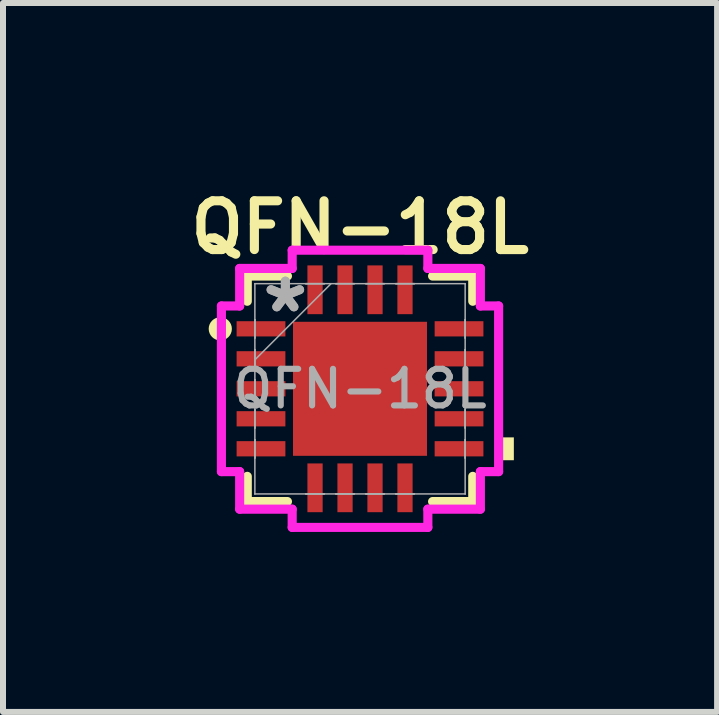
<source format=kicad_pcb>
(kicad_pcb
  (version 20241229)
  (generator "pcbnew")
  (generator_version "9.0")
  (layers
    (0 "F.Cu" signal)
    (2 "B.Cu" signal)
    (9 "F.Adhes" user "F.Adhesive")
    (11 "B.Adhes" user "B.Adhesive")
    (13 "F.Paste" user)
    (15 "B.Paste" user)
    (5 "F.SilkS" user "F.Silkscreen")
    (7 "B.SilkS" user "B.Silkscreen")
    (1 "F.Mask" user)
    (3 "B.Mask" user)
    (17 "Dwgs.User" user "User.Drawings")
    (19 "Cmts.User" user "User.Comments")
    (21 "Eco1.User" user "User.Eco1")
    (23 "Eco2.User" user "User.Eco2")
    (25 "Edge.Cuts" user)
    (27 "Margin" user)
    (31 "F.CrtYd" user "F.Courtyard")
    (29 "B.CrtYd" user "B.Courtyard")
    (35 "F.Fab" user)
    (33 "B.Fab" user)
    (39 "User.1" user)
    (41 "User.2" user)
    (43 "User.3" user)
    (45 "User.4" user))
  (footprint "QFN-18L"
    (layer "F.Cu")
    (at 2.953 3.433)
    (property "Reference" "QFN-18L" (at 0 -2.69 0) (unlocked yes) (layer "F.SilkS") (effects (font (size 0.813 0.813) (thickness 0.152) (bold yes))))
    (attr smd)
    (fp_line (start -1.88 -1.88) (end -1.88 -1.46) (stroke (width 0.152) (type solid)) (layer "F.SilkS"))
    (fp_line (start -1.88 1.46) (end -1.88 1.88) (stroke (width 0.152) (type solid)) (layer "F.SilkS"))
    (fp_line (start -1.88 1.88) (end -1.21 1.88) (stroke (width 0.152) (type solid)) (layer "F.SilkS"))
    (fp_line (start -1.21 -1.88) (end -1.88 -1.88) (stroke (width 0.152) (type solid)) (layer "F.SilkS"))
    (fp_line (start 1.21 1.88) (end 1.88 1.88) (stroke (width 0.152) (type solid)) (layer "F.SilkS"))
    (fp_line (start 1.88 -1.88) (end 1.21 -1.88) (stroke (width 0.152) (type solid)) (layer "F.SilkS"))
    (fp_line (start 1.88 -1.46) (end 1.88 -1.88) (stroke (width 0.152) (type solid)) (layer "F.SilkS"))
    (fp_line (start 1.88 1.88) (end 1.88 1.46) (stroke (width 0.152) (type solid)) (layer "F.SilkS"))
    (fp_circle (center -2.33 -1) (end -2.36 -0.86) (stroke (width 0.1) (type solid)) (fill yes) (layer "F.SilkS"))
    (fp_poly (pts (xy 2.565 0.81) (xy 2.565 1.191) (xy 2.311 1.191) (xy 2.311 0.81)) (stroke (width 0) (type solid)) (fill yes) (layer "F.SilkS"))
    (fp_line (start -2.311 -1.381) (end -2.007 -1.381) (stroke (width 0.152) (type solid)) (layer "F.CrtYd"))
    (fp_line (start -2.311 1.381) (end -2.311 -1.381) (stroke (width 0.152) (type solid)) (layer "F.CrtYd"))
    (fp_line (start -2.007 -2.007) (end -1.131 -2.007) (stroke (width 0.152) (type solid)) (layer "F.CrtYd"))
    (fp_line (start -2.007 -1.381) (end -2.007 -2.007) (stroke (width 0.152) (type solid)) (layer "F.CrtYd"))
    (fp_line (start -2.007 1.381) (end -2.311 1.381) (stroke (width 0.152) (type solid)) (layer "F.CrtYd"))
    (fp_line (start -2.007 2.007) (end -2.007 1.381) (stroke (width 0.152) (type solid)) (layer "F.CrtYd"))
    (fp_line (start -1.131 -2.311) (end 1.131 -2.311) (stroke (width 0.152) (type solid)) (layer "F.CrtYd"))
    (fp_line (start -1.131 -2.007) (end -1.131 -2.311) (stroke (width 0.152) (type solid)) (layer "F.CrtYd"))
    (fp_line (start -1.131 2.007) (end -2.007 2.007) (stroke (width 0.152) (type solid)) (layer "F.CrtYd"))
    (fp_line (start -1.131 2.311) (end -1.131 2.007) (stroke (width 0.152) (type solid)) (layer "F.CrtYd"))
    (fp_line (start 1.131 -2.311) (end 1.131 -2.007) (stroke (width 0.152) (type solid)) (layer "F.CrtYd"))
    (fp_line (start 1.131 -2.007) (end 2.007 -2.007) (stroke (width 0.152) (type solid)) (layer "F.CrtYd"))
    (fp_line (start 1.131 2.007) (end 1.131 2.311) (stroke (width 0.152) (type solid)) (layer "F.CrtYd"))
    (fp_line (start 1.131 2.311) (end -1.131 2.311) (stroke (width 0.152) (type solid)) (layer "F.CrtYd"))
    (fp_line (start 2.007 -2.007) (end 2.007 -1.381) (stroke (width 0.152) (type solid)) (layer "F.CrtYd"))
    (fp_line (start 2.007 -1.381) (end 2.311 -1.381) (stroke (width 0.152) (type solid)) (layer "F.CrtYd"))
    (fp_line (start 2.007 1.381) (end 2.007 2.007) (stroke (width 0.152) (type solid)) (layer "F.CrtYd"))
    (fp_line (start 2.007 2.007) (end 1.131 2.007) (stroke (width 0.152) (type solid)) (layer "F.CrtYd"))
    (fp_line (start 2.311 -1.381) (end 2.311 1.381) (stroke (width 0.152) (type solid)) (layer "F.CrtYd"))
    (fp_line (start 2.311 1.381) (end 2.007 1.381) (stroke (width 0.152) (type solid)) (layer "F.CrtYd"))
    (fp_line (start -1.753 -1.753) (end -1.753 -1.753) (stroke (width 0.025) (type solid)) (layer "F.Fab"))
    (fp_line (start -1.753 -1.753) (end -1.753 1.753) (stroke (width 0.025) (type solid)) (layer "F.Fab"))
    (fp_line (start -1.753 -1.153) (end -1.753 -1.153) (stroke (width 0.025) (type solid)) (layer "F.Fab"))
    (fp_line (start -1.753 -1.153) (end -1.753 -0.848) (stroke (width 0.025) (type solid)) (layer "F.Fab"))
    (fp_line (start -1.753 -0.848) (end -1.753 -1.153) (stroke (width 0.025) (type solid)) (layer "F.Fab"))
    (fp_line (start -1.753 -0.848) (end -1.753 -0.848) (stroke (width 0.025) (type solid)) (layer "F.Fab"))
    (fp_line (start -1.753 -0.653) (end -1.753 -0.653) (stroke (width 0.025) (type solid)) (layer "F.Fab"))
    (fp_line (start -1.753 -0.653) (end -1.753 -0.348) (stroke (width 0.025) (type solid)) (layer "F.Fab"))
    (fp_line (start -1.753 -0.483) (end -0.483 -1.753) (stroke (width 0.025) (type solid)) (layer "F.Fab"))
    (fp_line (start -1.753 -0.348) (end -1.753 -0.653) (stroke (width 0.025) (type solid)) (layer "F.Fab"))
    (fp_line (start -1.753 -0.348) (end -1.753 -0.348) (stroke (width 0.025) (type solid)) (layer "F.Fab"))
    (fp_line (start -1.753 -0.152) (end -1.753 -0.152) (stroke (width 0.025) (type solid)) (layer "F.Fab"))
    (fp_line (start -1.753 -0.152) (end -1.753 0.152) (stroke (width 0.025) (type solid)) (layer "F.Fab"))
    (fp_line (start -1.753 0.152) (end -1.753 -0.152) (stroke (width 0.025) (type solid)) (layer "F.Fab"))
    (fp_line (start -1.753 0.152) (end -1.753 0.152) (stroke (width 0.025) (type solid)) (layer "F.Fab"))
    (fp_line (start -1.753 0.348) (end -1.753 0.348) (stroke (width 0.025) (type solid)) (layer "F.Fab"))
    (fp_line (start -1.753 0.348) (end -1.753 0.653) (stroke (width 0.025) (type solid)) (layer "F.Fab"))
    (fp_line (start -1.753 0.653) (end -1.753 0.348) (stroke (width 0.025) (type solid)) (layer "F.Fab"))
    (fp_line (start -1.753 0.653) (end -1.753 0.653) (stroke (width 0.025) (type solid)) (layer "F.Fab"))
    (fp_line (start -1.753 0.848) (end -1.753 0.848) (stroke (width 0.025) (type solid)) (layer "F.Fab"))
    (fp_line (start -1.753 0.848) (end -1.753 1.153) (stroke (width 0.025) (type solid)) (layer "F.Fab"))
    (fp_line (start -1.753 1.153) (end -1.753 0.848) (stroke (width 0.025) (type solid)) (layer "F.Fab"))
    (fp_line (start -1.753 1.153) (end -1.753 1.153) (stroke (width 0.025) (type solid)) (layer "F.Fab"))
    (fp_line (start -1.753 1.753) (end -1.753 1.753) (stroke (width 0.025) (type solid)) (layer "F.Fab"))
    (fp_line (start -1.753 1.753) (end 1.753 1.753) (stroke (width 0.025) (type solid)) (layer "F.Fab"))
    (fp_line (start -0.903 -1.753) (end -0.903 -1.753) (stroke (width 0.025) (type solid)) (layer "F.Fab"))
    (fp_line (start -0.903 -1.753) (end -0.598 -1.753) (stroke (width 0.025) (type solid)) (layer "F.Fab"))
    (fp_line (start -0.903 1.753) (end -0.903 1.753) (stroke (width 0.025) (type solid)) (layer "F.Fab"))
    (fp_line (start -0.903 1.753) (end -0.598 1.753) (stroke (width 0.025) (type solid)) (layer "F.Fab"))
    (fp_line (start -0.598 -1.753) (end -0.903 -1.753) (stroke (width 0.025) (type solid)) (layer "F.Fab"))
    (fp_line (start -0.598 -1.753) (end -0.598 -1.753) (stroke (width 0.025) (type solid)) (layer "F.Fab"))
    (fp_line (start -0.598 1.753) (end -0.903 1.753) (stroke (width 0.025) (type solid)) (layer "F.Fab"))
    (fp_line (start -0.598 1.753) (end -0.598 1.753) (stroke (width 0.025) (type solid)) (layer "F.Fab"))
    (fp_line (start -0.402 -1.753) (end -0.402 -1.753) (stroke (width 0.025) (type solid)) (layer "F.Fab"))
    (fp_line (start -0.402 -1.753) (end -0.098 -1.753) (stroke (width 0.025) (type solid)) (layer "F.Fab"))
    (fp_line (start -0.402 1.753) (end -0.402 1.753) (stroke (width 0.025) (type solid)) (layer "F.Fab"))
    (fp_line (start -0.402 1.753) (end -0.098 1.753) (stroke (width 0.025) (type solid)) (layer "F.Fab"))
    (fp_line (start -0.098 -1.753) (end -0.402 -1.753) (stroke (width 0.025) (type solid)) (layer "F.Fab"))
    (fp_line (start -0.098 -1.753) (end -0.098 -1.753) (stroke (width 0.025) (type solid)) (layer "F.Fab"))
    (fp_line (start -0.098 1.753) (end -0.402 1.753) (stroke (width 0.025) (type solid)) (layer "F.Fab"))
    (fp_line (start -0.098 1.753) (end -0.098 1.753) (stroke (width 0.025) (type solid)) (layer "F.Fab"))
    (fp_line (start 0.098 -1.753) (end 0.098 -1.753) (stroke (width 0.025) (type solid)) (layer "F.Fab"))
    (fp_line (start 0.098 -1.753) (end 0.402 -1.753) (stroke (width 0.025) (type solid)) (layer "F.Fab"))
    (fp_line (start 0.098 1.753) (end 0.098 1.753) (stroke (width 0.025) (type solid)) (layer "F.Fab"))
    (fp_line (start 0.098 1.753) (end 0.402 1.753) (stroke (width 0.025) (type solid)) (layer "F.Fab"))
    (fp_line (start 0.402 -1.753) (end 0.098 -1.753) (stroke (width 0.025) (type solid)) (layer "F.Fab"))
    (fp_line (start 0.402 -1.753) (end 0.402 -1.753) (stroke (width 0.025) (type solid)) (layer "F.Fab"))
    (fp_line (start 0.402 1.753) (end 0.098 1.753) (stroke (width 0.025) (type solid)) (layer "F.Fab"))
    (fp_line (start 0.402 1.753) (end 0.402 1.753) (stroke (width 0.025) (type solid)) (layer "F.Fab"))
    (fp_line (start 0.598 -1.753) (end 0.598 -1.753) (stroke (width 0.025) (type solid)) (layer "F.Fab"))
    (fp_line (start 0.598 -1.753) (end 0.903 -1.753) (stroke (width 0.025) (type solid)) (layer "F.Fab"))
    (fp_line (start 0.598 1.753) (end 0.598 1.753) (stroke (width 0.025) (type solid)) (layer "F.Fab"))
    (fp_line (start 0.598 1.753) (end 0.903 1.753) (stroke (width 0.025) (type solid)) (layer "F.Fab"))
    (fp_line (start 0.903 -1.753) (end 0.598 -1.753) (stroke (width 0.025) (type solid)) (layer "F.Fab"))
    (fp_line (start 0.903 -1.753) (end 0.903 -1.753) (stroke (width 0.025) (type solid)) (layer "F.Fab"))
    (fp_line (start 0.903 1.753) (end 0.598 1.753) (stroke (width 0.025) (type solid)) (layer "F.Fab"))
    (fp_line (start 0.903 1.753) (end 0.903 1.753) (stroke (width 0.025) (type solid)) (layer "F.Fab"))
    (fp_line (start 1.753 -1.753) (end -1.753 -1.753) (stroke (width 0.025) (type solid)) (layer "F.Fab"))
    (fp_line (start 1.753 -1.753) (end 1.753 -1.753) (stroke (width 0.025) (type solid)) (layer "F.Fab"))
    (fp_line (start 1.753 -1.153) (end 1.753 -1.153) (stroke (width 0.025) (type solid)) (layer "F.Fab"))
    (fp_line (start 1.753 -1.153) (end 1.753 -0.848) (stroke (width 0.025) (type solid)) (layer "F.Fab"))
    (fp_line (start 1.753 -0.848) (end 1.753 -1.153) (stroke (width 0.025) (type solid)) (layer "F.Fab"))
    (fp_line (start 1.753 -0.848) (end 1.753 -0.848) (stroke (width 0.025) (type solid)) (layer "F.Fab"))
    (fp_line (start 1.753 -0.653) (end 1.753 -0.653) (stroke (width 0.025) (type solid)) (layer "F.Fab"))
    (fp_line (start 1.753 -0.653) (end 1.753 -0.348) (stroke (width 0.025) (type solid)) (layer "F.Fab"))
    (fp_line (start 1.753 -0.348) (end 1.753 -0.653) (stroke (width 0.025) (type solid)) (layer "F.Fab"))
    (fp_line (start 1.753 -0.348) (end 1.753 -0.348) (stroke (width 0.025) (type solid)) (layer "F.Fab"))
    (fp_line (start 1.753 -0.152) (end 1.753 -0.152) (stroke (width 0.025) (type solid)) (layer "F.Fab"))
    (fp_line (start 1.753 -0.152) (end 1.753 0.152) (stroke (width 0.025) (type solid)) (layer "F.Fab"))
    (fp_line (start 1.753 0.152) (end 1.753 -0.152) (stroke (width 0.025) (type solid)) (layer "F.Fab"))
    (fp_line (start 1.753 0.152) (end 1.753 0.152) (stroke (width 0.025) (type solid)) (layer "F.Fab"))
    (fp_line (start 1.753 0.348) (end 1.753 0.348) (stroke (width 0.025) (type solid)) (layer "F.Fab"))
    (fp_line (start 1.753 0.348) (end 1.753 0.653) (stroke (width 0.025) (type solid)) (layer "F.Fab"))
    (fp_line (start 1.753 0.653) (end 1.753 0.348) (stroke (width 0.025) (type solid)) (layer "F.Fab"))
    (fp_line (start 1.753 0.653) (end 1.753 0.653) (stroke (width 0.025) (type solid)) (layer "F.Fab"))
    (fp_line (start 1.753 0.848) (end 1.753 0.848) (stroke (width 0.025) (type solid)) (layer "F.Fab"))
    (fp_line (start 1.753 0.848) (end 1.753 1.153) (stroke (width 0.025) (type solid)) (layer "F.Fab"))
    (fp_line (start 1.753 1.153) (end 1.753 0.848) (stroke (width 0.025) (type solid)) (layer "F.Fab"))
    (fp_line (start 1.753 1.153) (end 1.753 1.153) (stroke (width 0.025) (type solid)) (layer "F.Fab"))
    (fp_line (start 1.753 1.753) (end 1.753 -1.753) (stroke (width 0.025) (type solid)) (layer "F.Fab"))
    (fp_line (start 1.753 1.753) (end 1.753 1.753) (stroke (width 0.025) (type solid)) (layer "F.Fab"))
    (fp_text user "*" (at -1.245 -1.25 0) (unlocked yes) (layer "F.Fab") (effects (font (size 1 1) (thickness 0.15))))
    (fp_text user "*" (at -1.245 -1.25 0) (layer "F.Fab") (effects (font (size 1 1) (thickness 0.15))))
    (fp_text user "${REFERENCE}" (at 0 0 0) (unlocked yes) (layer "F.Fab") (effects (font (size 0.61 0.61) (thickness 0.102) (bold yes))))
    (pad "1" smd rect (at -1.651 -1 90) (size 0.254 0.813) (layers "F.Cu" "F.Mask" "F.Paste"))
    (pad "2" smd rect (at -1.651 -0.5 90) (size 0.254 0.813) (layers "F.Cu" "F.Mask" "F.Paste"))
    (pad "3" smd rect (at -1.651 0 90) (size 0.254 0.813) (layers "F.Cu" "F.Mask" "F.Paste"))
    (pad "4" smd rect (at -1.651 0.5 90) (size 0.254 0.813) (layers "F.Cu" "F.Mask" "F.Paste"))
    (pad "5" smd rect (at -1.651 1 90) (size 0.254 0.813) (layers "F.Cu" "F.Mask" "F.Paste"))
    (pad "6" smd rect (at -0.75 1.651) (size 0.254 0.813) (layers "F.Cu" "F.Mask" "F.Paste"))
    (pad "7" smd rect (at -0.25 1.651) (size 0.254 0.813) (layers "F.Cu" "F.Mask" "F.Paste"))
    (pad "8" smd rect (at 0.25 1.651) (size 0.254 0.813) (layers "F.Cu" "F.Mask" "F.Paste"))
    (pad "9" smd rect (at 0.75 1.651) (size 0.254 0.813) (layers "F.Cu" "F.Mask" "F.Paste"))
    (pad "10" smd rect (at 1.651 1 90) (size 0.254 0.813) (layers "F.Cu" "F.Mask" "F.Paste"))
    (pad "11" smd rect (at 1.651 0.5 90) (size 0.254 0.813) (layers "F.Cu" "F.Mask" "F.Paste"))
    (pad "12" smd rect (at 1.651 0 90) (size 0.254 0.813) (layers "F.Cu" "F.Mask" "F.Paste"))
    (pad "13" smd rect (at 1.651 -0.5 90) (size 0.254 0.813) (layers "F.Cu" "F.Mask" "F.Paste"))
    (pad "14" smd rect (at 1.651 -1 90) (size 0.254 0.813) (layers "F.Cu" "F.Mask" "F.Paste"))
    (pad "15" smd rect (at 0.75 -1.651) (size 0.254 0.813) (layers "F.Cu" "F.Mask" "F.Paste"))
    (pad "16" smd rect (at 0.25 -1.651) (size 0.254 0.813) (layers "F.Cu" "F.Mask" "F.Paste"))
    (pad "17" smd rect (at -0.25 -1.651) (size 0.254 0.813) (layers "F.Cu" "F.Mask" "F.Paste"))
    (pad "18" smd rect (at -0.75 -1.651) (size 0.254 0.813) (layers "F.Cu" "F.Mask" "F.Paste"))
    (pad "19" smd rect (at 0 0) (size 2.235 2.235) (layers "F.Cu" "F.Mask" "F.Paste")))
  (gr_rect
    (start -3 -3)
    (end 8.907 8.821)
    (stroke (width 0.1) (type default))
    (fill no)
    (layer "Edge.Cuts")))
</source>
